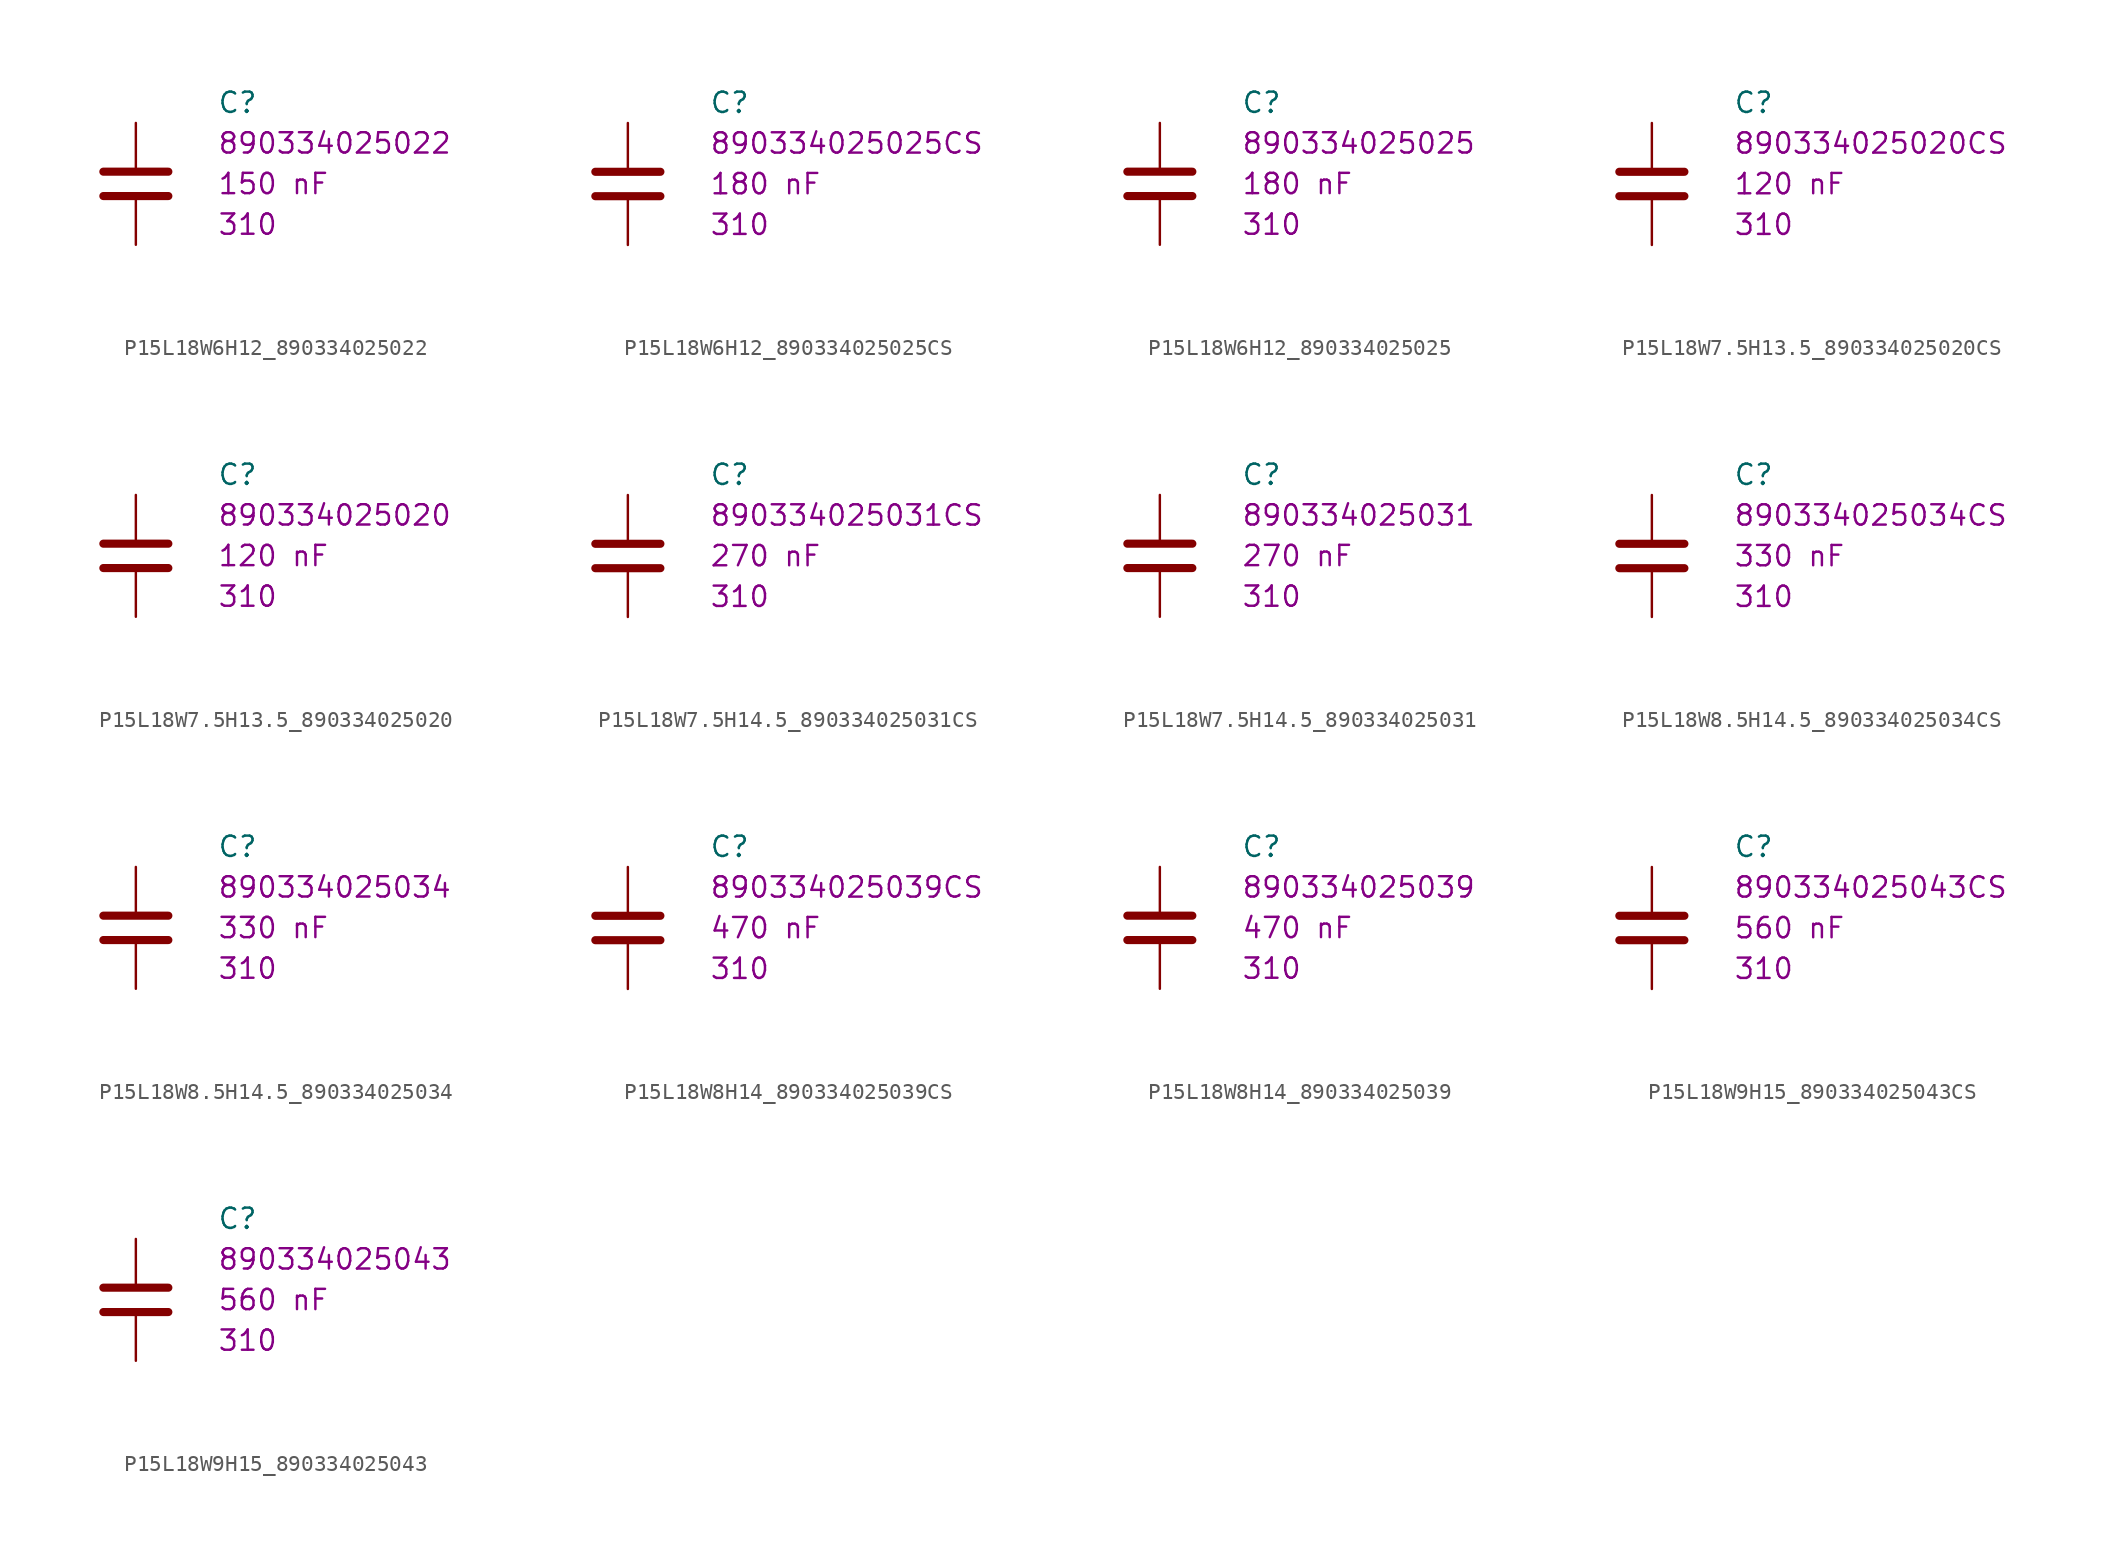
<source format=kicad_sym>
(kicad_symbol_lib
  (version 20220914)
  (generator kicad_symbol_editor)
  (symbol "P15L18W6H12_890334025022"
    (pin_numbers hide)
    (pin_names hide)
    (property "Reference" "C"
      (at 5.08 5.08 0)
      (effects (font (size 1.27 1.27)) (justify left)))
    (property "Part Number" "890334025022"
      (at 5.08 2.54 0)
      (effects (font (size 1.27 1.27)) (justify left)))
    (property "Capacitance" "150 nF"
      (at 5.08 0 0)
      (effects (font (size 1.27 1.27)) (justify left)))
    (property "Voltage" "310"
      (at 5.08 -2.54 0)
      (effects (font (size 1.27 1.27)) (justify left)))
    (property "Critical Parameter" ""
      (at 0 -7.62 0)
      (effects (font (size 1.27 1.27))))
    (symbol "P15L18W6H12_890334025022_0_1"
      (polyline (pts (xy -2.032 -0.762) (xy 2.032 -0.762)) (stroke (width 0.508) (type default)) (fill (type none)))
      (polyline (pts (xy -2.032 0.762) (xy 2.032 0.762)) (stroke (width 0.508) (type default)) (fill (type none))))
    (symbol "P15L18W6H12_890334025022_1_1"
      (pin passive line (at 0 3.81 270) (length 2.794) (name "1" (effects (font (size 1.27 1.27)))) (number "1" (effects (font (size 1.27 1.27)))))
      (pin passive line (at 0 -3.81 90) (length 2.794) (name "2" (effects (font (size 1.27 1.27)))) (number "2" (effects (font (size 1.27 1.27)))))))
  (symbol "P15L18W6H12_890334025025CS"
    (pin_numbers hide)
    (pin_names hide)
    (property "Reference" "C"
      (at 5.08 5.08 0)
      (effects (font (size 1.27 1.27)) (justify left)))
    (property "Part Number" "890334025025CS"
      (at 5.08 2.54 0)
      (effects (font (size 1.27 1.27)) (justify left)))
    (property "Capacitance" "180 nF"
      (at 5.08 0 0)
      (effects (font (size 1.27 1.27)) (justify left)))
    (property "Voltage" "310"
      (at 5.08 -2.54 0)
      (effects (font (size 1.27 1.27)) (justify left)))
    (property "Critical Parameter" ""
      (at 0 -7.62 0)
      (effects (font (size 1.27 1.27))))
    (symbol "P15L18W6H12_890334025025CS_0_1"
      (polyline (pts (xy -2.032 -0.762) (xy 2.032 -0.762)) (stroke (width 0.508) (type default)) (fill (type none)))
      (polyline (pts (xy -2.032 0.762) (xy 2.032 0.762)) (stroke (width 0.508) (type default)) (fill (type none))))
    (symbol "P15L18W6H12_890334025025CS_1_1"
      (pin passive line (at 0 3.81 270) (length 2.794) (name "1" (effects (font (size 1.27 1.27)))) (number "1" (effects (font (size 1.27 1.27)))))
      (pin passive line (at 0 -3.81 90) (length 2.794) (name "2" (effects (font (size 1.27 1.27)))) (number "2" (effects (font (size 1.27 1.27)))))))
  (symbol "P15L18W6H12_890334025025"
    (pin_numbers hide)
    (pin_names hide)
    (property "Reference" "C"
      (at 5.08 5.08 0)
      (effects (font (size 1.27 1.27)) (justify left)))
    (property "Part Number" "890334025025"
      (at 5.08 2.54 0)
      (effects (font (size 1.27 1.27)) (justify left)))
    (property "Capacitance" "180 nF"
      (at 5.08 0 0)
      (effects (font (size 1.27 1.27)) (justify left)))
    (property "Voltage" "310"
      (at 5.08 -2.54 0)
      (effects (font (size 1.27 1.27)) (justify left)))
    (property "Critical Parameter" ""
      (at 0 -7.62 0)
      (effects (font (size 1.27 1.27))))
    (symbol "P15L18W6H12_890334025025_0_1"
      (polyline (pts (xy -2.032 -0.762) (xy 2.032 -0.762)) (stroke (width 0.508) (type default)) (fill (type none)))
      (polyline (pts (xy -2.032 0.762) (xy 2.032 0.762)) (stroke (width 0.508) (type default)) (fill (type none))))
    (symbol "P15L18W6H12_890334025025_1_1"
      (pin passive line (at 0 3.81 270) (length 2.794) (name "1" (effects (font (size 1.27 1.27)))) (number "1" (effects (font (size 1.27 1.27)))))
      (pin passive line (at 0 -3.81 90) (length 2.794) (name "2" (effects (font (size 1.27 1.27)))) (number "2" (effects (font (size 1.27 1.27)))))))
  (symbol "P15L18W7.5H13.5_890334025020CS"
    (pin_numbers hide)
    (pin_names hide)
    (property "Reference" "C"
      (at 5.08 5.08 0)
      (effects (font (size 1.27 1.27)) (justify left)))
    (property "Part Number" "890334025020CS"
      (at 5.08 2.54 0)
      (effects (font (size 1.27 1.27)) (justify left)))
    (property "Capacitance" "120 nF"
      (at 5.08 0 0)
      (effects (font (size 1.27 1.27)) (justify left)))
    (property "Voltage" "310"
      (at 5.08 -2.54 0)
      (effects (font (size 1.27 1.27)) (justify left)))
    (property "Critical Parameter" ""
      (at 0 -7.62 0)
      (effects (font (size 1.27 1.27))))
    (symbol "P15L18W7.5H13.5_890334025020CS_0_1"
      (polyline (pts (xy -2.032 -0.762) (xy 2.032 -0.762)) (stroke (width 0.508) (type default)) (fill (type none)))
      (polyline (pts (xy -2.032 0.762) (xy 2.032 0.762)) (stroke (width 0.508) (type default)) (fill (type none))))
    (symbol "P15L18W7.5H13.5_890334025020CS_1_1"
      (pin passive line (at 0 3.81 270) (length 2.794) (name "1" (effects (font (size 1.27 1.27)))) (number "1" (effects (font (size 1.27 1.27)))))
      (pin passive line (at 0 -3.81 90) (length 2.794) (name "2" (effects (font (size 1.27 1.27)))) (number "2" (effects (font (size 1.27 1.27)))))))
  (symbol "P15L18W7.5H13.5_890334025020"
    (pin_numbers hide)
    (pin_names hide)
    (property "Reference" "C"
      (at 5.08 5.08 0)
      (effects (font (size 1.27 1.27)) (justify left)))
    (property "Part Number" "890334025020"
      (at 5.08 2.54 0)
      (effects (font (size 1.27 1.27)) (justify left)))
    (property "Capacitance" "120 nF"
      (at 5.08 0 0)
      (effects (font (size 1.27 1.27)) (justify left)))
    (property "Voltage" "310"
      (at 5.08 -2.54 0)
      (effects (font (size 1.27 1.27)) (justify left)))
    (property "Critical Parameter" ""
      (at 0 -7.62 0)
      (effects (font (size 1.27 1.27))))
    (symbol "P15L18W7.5H13.5_890334025020_0_1"
      (polyline (pts (xy -2.032 -0.762) (xy 2.032 -0.762)) (stroke (width 0.508) (type default)) (fill (type none)))
      (polyline (pts (xy -2.032 0.762) (xy 2.032 0.762)) (stroke (width 0.508) (type default)) (fill (type none))))
    (symbol "P15L18W7.5H13.5_890334025020_1_1"
      (pin passive line (at 0 3.81 270) (length 2.794) (name "1" (effects (font (size 1.27 1.27)))) (number "1" (effects (font (size 1.27 1.27)))))
      (pin passive line (at 0 -3.81 90) (length 2.794) (name "2" (effects (font (size 1.27 1.27)))) (number "2" (effects (font (size 1.27 1.27)))))))
  (symbol "P15L18W7.5H14.5_890334025031CS"
    (pin_numbers hide)
    (pin_names hide)
    (property "Reference" "C"
      (at 5.08 5.08 0)
      (effects (font (size 1.27 1.27)) (justify left)))
    (property "Part Number" "890334025031CS"
      (at 5.08 2.54 0)
      (effects (font (size 1.27 1.27)) (justify left)))
    (property "Capacitance" "270 nF"
      (at 5.08 0 0)
      (effects (font (size 1.27 1.27)) (justify left)))
    (property "Voltage" "310"
      (at 5.08 -2.54 0)
      (effects (font (size 1.27 1.27)) (justify left)))
    (property "Critical Parameter" ""
      (at 0 -7.62 0)
      (effects (font (size 1.27 1.27))))
    (symbol "P15L18W7.5H14.5_890334025031CS_0_1"
      (polyline (pts (xy -2.032 -0.762) (xy 2.032 -0.762)) (stroke (width 0.508) (type default)) (fill (type none)))
      (polyline (pts (xy -2.032 0.762) (xy 2.032 0.762)) (stroke (width 0.508) (type default)) (fill (type none))))
    (symbol "P15L18W7.5H14.5_890334025031CS_1_1"
      (pin passive line (at 0 3.81 270) (length 2.794) (name "1" (effects (font (size 1.27 1.27)))) (number "1" (effects (font (size 1.27 1.27)))))
      (pin passive line (at 0 -3.81 90) (length 2.794) (name "2" (effects (font (size 1.27 1.27)))) (number "2" (effects (font (size 1.27 1.27)))))))
  (symbol "P15L18W7.5H14.5_890334025031"
    (pin_numbers hide)
    (pin_names hide)
    (property "Reference" "C"
      (at 5.08 5.08 0)
      (effects (font (size 1.27 1.27)) (justify left)))
    (property "Part Number" "890334025031"
      (at 5.08 2.54 0)
      (effects (font (size 1.27 1.27)) (justify left)))
    (property "Capacitance" "270 nF"
      (at 5.08 0 0)
      (effects (font (size 1.27 1.27)) (justify left)))
    (property "Voltage" "310"
      (at 5.08 -2.54 0)
      (effects (font (size 1.27 1.27)) (justify left)))
    (property "Critical Parameter" ""
      (at 0 -7.62 0)
      (effects (font (size 1.27 1.27))))
    (symbol "P15L18W7.5H14.5_890334025031_0_1"
      (polyline (pts (xy -2.032 -0.762) (xy 2.032 -0.762)) (stroke (width 0.508) (type default)) (fill (type none)))
      (polyline (pts (xy -2.032 0.762) (xy 2.032 0.762)) (stroke (width 0.508) (type default)) (fill (type none))))
    (symbol "P15L18W7.5H14.5_890334025031_1_1"
      (pin passive line (at 0 3.81 270) (length 2.794) (name "1" (effects (font (size 1.27 1.27)))) (number "1" (effects (font (size 1.27 1.27)))))
      (pin passive line (at 0 -3.81 90) (length 2.794) (name "2" (effects (font (size 1.27 1.27)))) (number "2" (effects (font (size 1.27 1.27)))))))
  (symbol "P15L18W8.5H14.5_890334025034CS"
    (pin_numbers hide)
    (pin_names hide)
    (property "Reference" "C"
      (at 5.08 5.08 0)
      (effects (font (size 1.27 1.27)) (justify left)))
    (property "Part Number" "890334025034CS"
      (at 5.08 2.54 0)
      (effects (font (size 1.27 1.27)) (justify left)))
    (property "Capacitance" "330 nF"
      (at 5.08 0 0)
      (effects (font (size 1.27 1.27)) (justify left)))
    (property "Voltage" "310"
      (at 5.08 -2.54 0)
      (effects (font (size 1.27 1.27)) (justify left)))
    (property "Critical Parameter" ""
      (at 0 -7.62 0)
      (effects (font (size 1.27 1.27))))
    (symbol "P15L18W8.5H14.5_890334025034CS_0_1"
      (polyline (pts (xy -2.032 -0.762) (xy 2.032 -0.762)) (stroke (width 0.508) (type default)) (fill (type none)))
      (polyline (pts (xy -2.032 0.762) (xy 2.032 0.762)) (stroke (width 0.508) (type default)) (fill (type none))))
    (symbol "P15L18W8.5H14.5_890334025034CS_1_1"
      (pin passive line (at 0 3.81 270) (length 2.794) (name "1" (effects (font (size 1.27 1.27)))) (number "1" (effects (font (size 1.27 1.27)))))
      (pin passive line (at 0 -3.81 90) (length 2.794) (name "2" (effects (font (size 1.27 1.27)))) (number "2" (effects (font (size 1.27 1.27)))))))
  (symbol "P15L18W8.5H14.5_890334025034"
    (pin_numbers hide)
    (pin_names hide)
    (property "Reference" "C"
      (at 5.08 5.08 0)
      (effects (font (size 1.27 1.27)) (justify left)))
    (property "Part Number" "890334025034"
      (at 5.08 2.54 0)
      (effects (font (size 1.27 1.27)) (justify left)))
    (property "Capacitance" "330 nF"
      (at 5.08 0 0)
      (effects (font (size 1.27 1.27)) (justify left)))
    (property "Voltage" "310"
      (at 5.08 -2.54 0)
      (effects (font (size 1.27 1.27)) (justify left)))
    (property "Critical Parameter" ""
      (at 0 -7.62 0)
      (effects (font (size 1.27 1.27))))
    (symbol "P15L18W8.5H14.5_890334025034_0_1"
      (polyline (pts (xy -2.032 -0.762) (xy 2.032 -0.762)) (stroke (width 0.508) (type default)) (fill (type none)))
      (polyline (pts (xy -2.032 0.762) (xy 2.032 0.762)) (stroke (width 0.508) (type default)) (fill (type none))))
    (symbol "P15L18W8.5H14.5_890334025034_1_1"
      (pin passive line (at 0 3.81 270) (length 2.794) (name "1" (effects (font (size 1.27 1.27)))) (number "1" (effects (font (size 1.27 1.27)))))
      (pin passive line (at 0 -3.81 90) (length 2.794) (name "2" (effects (font (size 1.27 1.27)))) (number "2" (effects (font (size 1.27 1.27)))))))
  (symbol "P15L18W8H14_890334025039CS"
    (pin_numbers hide)
    (pin_names hide)
    (property "Reference" "C"
      (at 5.08 5.08 0)
      (effects (font (size 1.27 1.27)) (justify left)))
    (property "Part Number" "890334025039CS"
      (at 5.08 2.54 0)
      (effects (font (size 1.27 1.27)) (justify left)))
    (property "Capacitance" "470 nF"
      (at 5.08 0 0)
      (effects (font (size 1.27 1.27)) (justify left)))
    (property "Voltage" "310"
      (at 5.08 -2.54 0)
      (effects (font (size 1.27 1.27)) (justify left)))
    (property "Critical Parameter" ""
      (at 0 -7.62 0)
      (effects (font (size 1.27 1.27))))
    (symbol "P15L18W8H14_890334025039CS_0_1"
      (polyline (pts (xy -2.032 -0.762) (xy 2.032 -0.762)) (stroke (width 0.508) (type default)) (fill (type none)))
      (polyline (pts (xy -2.032 0.762) (xy 2.032 0.762)) (stroke (width 0.508) (type default)) (fill (type none))))
    (symbol "P15L18W8H14_890334025039CS_1_1"
      (pin passive line (at 0 3.81 270) (length 2.794) (name "1" (effects (font (size 1.27 1.27)))) (number "1" (effects (font (size 1.27 1.27)))))
      (pin passive line (at 0 -3.81 90) (length 2.794) (name "2" (effects (font (size 1.27 1.27)))) (number "2" (effects (font (size 1.27 1.27)))))))
  (symbol "P15L18W8H14_890334025039"
    (pin_numbers hide)
    (pin_names hide)
    (property "Reference" "C"
      (at 5.08 5.08 0)
      (effects (font (size 1.27 1.27)) (justify left)))
    (property "Part Number" "890334025039"
      (at 5.08 2.54 0)
      (effects (font (size 1.27 1.27)) (justify left)))
    (property "Capacitance" "470 nF"
      (at 5.08 0 0)
      (effects (font (size 1.27 1.27)) (justify left)))
    (property "Voltage" "310"
      (at 5.08 -2.54 0)
      (effects (font (size 1.27 1.27)) (justify left)))
    (property "Critical Parameter" ""
      (at 0 -7.62 0)
      (effects (font (size 1.27 1.27))))
    (symbol "P15L18W8H14_890334025039_0_1"
      (polyline (pts (xy -2.032 -0.762) (xy 2.032 -0.762)) (stroke (width 0.508) (type default)) (fill (type none)))
      (polyline (pts (xy -2.032 0.762) (xy 2.032 0.762)) (stroke (width 0.508) (type default)) (fill (type none))))
    (symbol "P15L18W8H14_890334025039_1_1"
      (pin passive line (at 0 3.81 270) (length 2.794) (name "1" (effects (font (size 1.27 1.27)))) (number "1" (effects (font (size 1.27 1.27)))))
      (pin passive line (at 0 -3.81 90) (length 2.794) (name "2" (effects (font (size 1.27 1.27)))) (number "2" (effects (font (size 1.27 1.27)))))))
  (symbol "P15L18W9H15_890334025043CS"
    (pin_numbers hide)
    (pin_names hide)
    (property "Reference" "C"
      (at 5.08 5.08 0)
      (effects (font (size 1.27 1.27)) (justify left)))
    (property "Part Number" "890334025043CS"
      (at 5.08 2.54 0)
      (effects (font (size 1.27 1.27)) (justify left)))
    (property "Capacitance" "560 nF"
      (at 5.08 0 0)
      (effects (font (size 1.27 1.27)) (justify left)))
    (property "Voltage" "310"
      (at 5.08 -2.54 0)
      (effects (font (size 1.27 1.27)) (justify left)))
    (property "Critical Parameter" ""
      (at 0 -7.62 0)
      (effects (font (size 1.27 1.27))))
    (symbol "P15L18W9H15_890334025043CS_0_1"
      (polyline (pts (xy -2.032 -0.762) (xy 2.032 -0.762)) (stroke (width 0.508) (type default)) (fill (type none)))
      (polyline (pts (xy -2.032 0.762) (xy 2.032 0.762)) (stroke (width 0.508) (type default)) (fill (type none))))
    (symbol "P15L18W9H15_890334025043CS_1_1"
      (pin passive line (at 0 3.81 270) (length 2.794) (name "1" (effects (font (size 1.27 1.27)))) (number "1" (effects (font (size 1.27 1.27)))))
      (pin passive line (at 0 -3.81 90) (length 2.794) (name "2" (effects (font (size 1.27 1.27)))) (number "2" (effects (font (size 1.27 1.27)))))))
  (symbol "P15L18W9H15_890334025043"
    (pin_numbers hide)
    (pin_names hide)
    (property "Reference" "C"
      (at 5.08 5.08 0)
      (effects (font (size 1.27 1.27)) (justify left)))
    (property "Part Number" "890334025043"
      (at 5.08 2.54 0)
      (effects (font (size 1.27 1.27)) (justify left)))
    (property "Capacitance" "560 nF"
      (at 5.08 0 0)
      (effects (font (size 1.27 1.27)) (justify left)))
    (property "Voltage" "310"
      (at 5.08 -2.54 0)
      (effects (font (size 1.27 1.27)) (justify left)))
    (property "Critical Parameter" ""
      (at 0 -7.62 0)
      (effects (font (size 1.27 1.27))))
    (symbol "P15L18W9H15_890334025043_0_1"
      (polyline (pts (xy -2.032 -0.762) (xy 2.032 -0.762)) (stroke (width 0.508) (type default)) (fill (type none)))
      (polyline (pts (xy -2.032 0.762) (xy 2.032 0.762)) (stroke (width 0.508) (type default)) (fill (type none))))
    (symbol "P15L18W9H15_890334025043_1_1"
      (pin passive line (at 0 3.81 270) (length 2.794) (name "1" (effects (font (size 1.27 1.27)))) (number "1" (effects (font (size 1.27 1.27)))))
      (pin passive line (at 0 -3.81 90) (length 2.794) (name "2" (effects (font (size 1.27 1.27)))) (number "2" (effects (font (size 1.27 1.27))))))))
</source>
